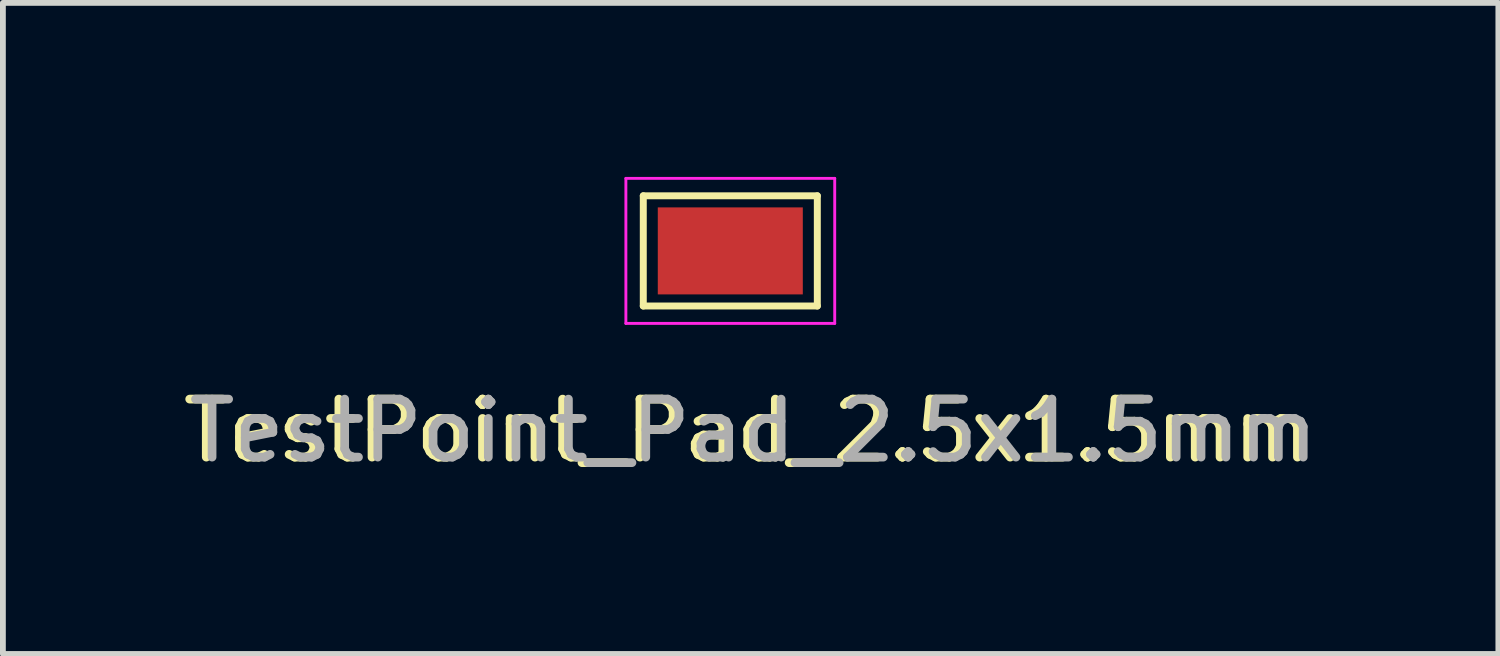
<source format=kicad_pcb>
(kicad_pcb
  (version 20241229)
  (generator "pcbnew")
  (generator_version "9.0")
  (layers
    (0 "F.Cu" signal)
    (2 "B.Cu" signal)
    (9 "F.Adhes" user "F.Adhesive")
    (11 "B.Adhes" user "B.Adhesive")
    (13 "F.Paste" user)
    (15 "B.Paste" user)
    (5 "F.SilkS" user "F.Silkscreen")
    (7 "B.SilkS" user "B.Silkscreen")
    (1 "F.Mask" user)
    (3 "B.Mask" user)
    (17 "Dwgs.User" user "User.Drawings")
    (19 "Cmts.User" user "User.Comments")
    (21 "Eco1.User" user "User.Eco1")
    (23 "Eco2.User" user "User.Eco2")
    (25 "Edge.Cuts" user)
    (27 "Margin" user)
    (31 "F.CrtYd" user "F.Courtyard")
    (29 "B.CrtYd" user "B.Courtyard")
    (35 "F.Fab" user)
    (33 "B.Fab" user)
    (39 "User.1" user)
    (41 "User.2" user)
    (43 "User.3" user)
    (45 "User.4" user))
  (footprint "TestPoint_Pad_2.5x1.5mm"
    (layer "F.Cu")
    (at 9.539 1.275)
    (property "Reference" "TestPoint_Pad_2.5x1.5mm" (at 0.3 3.1 0) (layer "F.SilkS") (effects (font (size 1 1) (thickness 0.15))))
    (attr exclude_from_pos_files exclude_from_bom)
    (fp_line (start -1.5 -0.95) (end 1.5 -0.95) (stroke (width 0.12) (type solid)) (layer "F.SilkS"))
    (fp_line (start -1.5 0.95) (end -1.5 -0.95) (stroke (width 0.12) (type solid)) (layer "F.SilkS"))
    (fp_line (start 1.5 -0.95) (end 1.5 0.95) (stroke (width 0.12) (type solid)) (layer "F.SilkS"))
    (fp_line (start 1.5 0.95) (end -1.5 0.95) (stroke (width 0.12) (type solid)) (layer "F.SilkS"))
    (fp_line (start -1.8 -1.25) (end -1.8 1.25) (stroke (width 0.05) (type solid)) (layer "F.CrtYd"))
    (fp_line (start -1.8 -1.25) (end 1.8 -1.25) (stroke (width 0.05) (type solid)) (layer "F.CrtYd"))
    (fp_line (start 1.8 1.25) (end -1.8 1.25) (stroke (width 0.05) (type solid)) (layer "F.CrtYd"))
    (fp_line (start 1.8 1.25) (end 1.8 -1.25) (stroke (width 0.05) (type solid)) (layer "F.CrtYd"))
    (fp_text user "${REFERENCE}" (at 0.4 3.1 0) (layer "F.Fab") (effects (font (size 1 1) (thickness 0.15))))
    (pad "1" smd rect (at 0 0) (size 2.5 1.5) (layers "F.Cu" "F.Mask")))
  (gr_rect
    (start -3 -3)
    (end 22.779 8.223)
    (stroke (width 0.1) (type default))
    (fill no)
    (layer "Edge.Cuts")))
</source>
